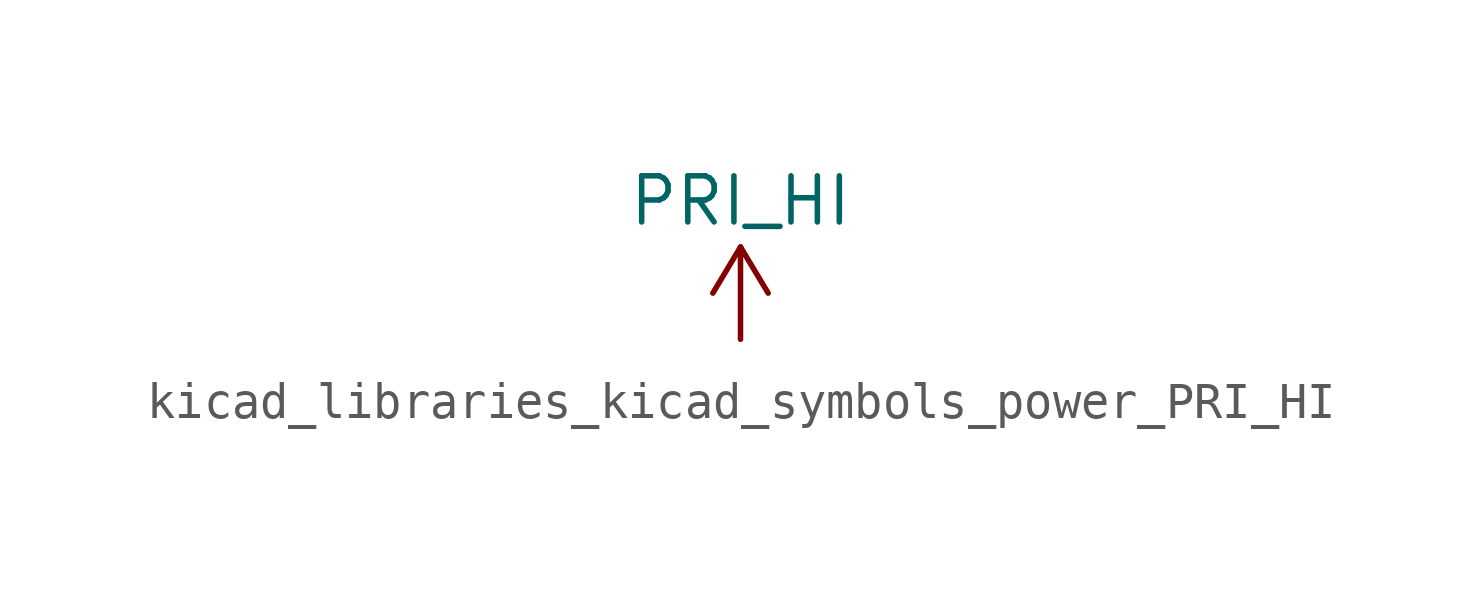
<source format=kicad_sym>
(kicad_symbol_lib
  (version 20220914)
  (generator kicad_symbol_editor)
  (symbol "kicad_libraries_kicad_symbols_power_PRI_HI"
    (power)
    (pin_names
      (offset 0))
    (property "Reference" "#PWR"
      (at 0 -3.81 0)
      (effects (font (size 1.27 1.27)) hide))
    (property "Value" "PRI_HI"
      (at 0 3.81 0)
      (effects (font (size 1.27 1.27))))
    (symbol "kicad_libraries_kicad_symbols_power_PRI_HI_0_1"
      (polyline (pts (xy -0.762 1.27) (xy 0 2.54)) (stroke (width 0) (type default)) (fill (type none)))
      (polyline (pts (xy 0 0) (xy 0 2.54)) (stroke (width 0) (type default)) (fill (type none)))
      (polyline (pts (xy 0 2.54) (xy 0.762 1.27)) (stroke (width 0) (type default)) (fill (type none))))
    (symbol "kicad_libraries_kicad_symbols_power_PRI_HI_1_1"
      (pin power_in line (at 0 0 90) (length 0) hide (name "PRI_HI" (effects (font (size 1.27 1.27)))) (number "1" (effects (font (size 1.27 1.27))))))))
</source>
